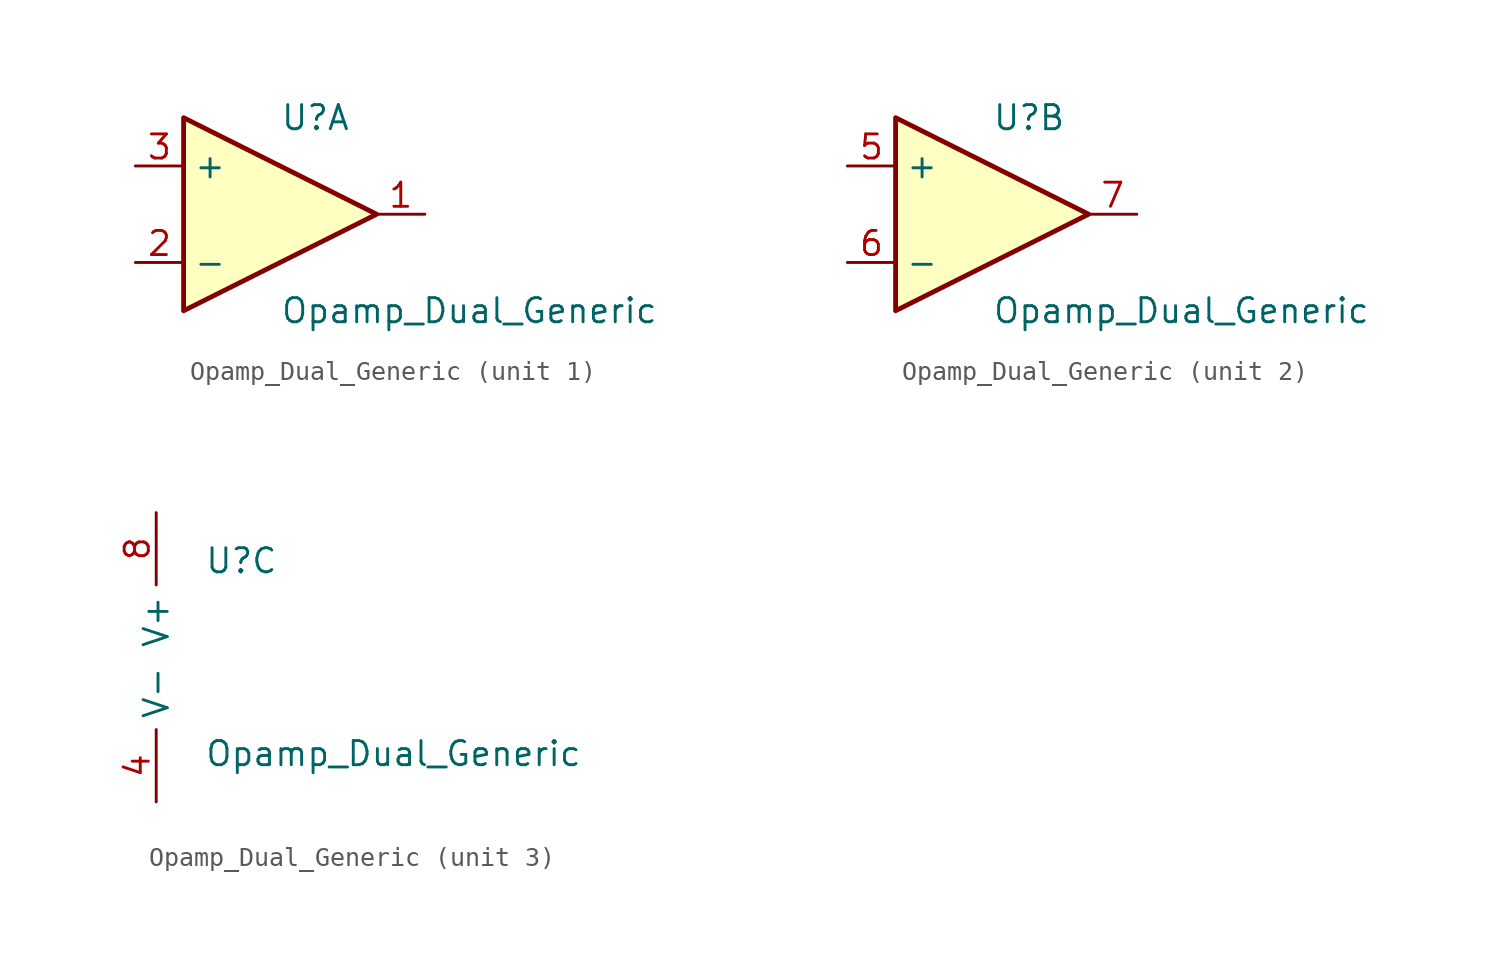
<source format=kicad_sym>
(kicad_symbol_lib
  (version 20241209)
  (generator "kicad_symbol_editor")
  (generator_version "9.0")
  (symbol "Opamp_Dual_Generic"
    (property "Reference" "U"
      (at 0 5.08 0)
      (effects (font (size 1.27 1.27)) (justify left)))
    (property "Value" "Opamp_Dual_Generic"
      (at 0 -5.08 0)
      (effects (font (size 1.27 1.27)) (justify left)))
    (property "ki_locked" ""
      (at 0 0 0)
      (effects (font (size 1.27 1.27))))
    (symbol "Opamp_Dual_Generic_1_1"
      (polyline (pts (xy -5.08 5.08) (xy 5.08 0) (xy -5.08 -5.08) (xy -5.08 5.08)) (stroke (width 0.254) (type solid)) (fill (type background)))
      (pin input line (at -7.62 2.54 0) (length 2.54) (name "+" (effects (font (size 1.27 1.27)))) (number "3" (effects (font (size 1.27 1.27)))))
      (pin input line (at -7.62 -2.54 0) (length 2.54) (name "-" (effects (font (size 1.27 1.27)))) (number "2" (effects (font (size 1.27 1.27)))))
      (pin output line (at 7.62 0 180) (length 2.54) (name "~" (effects (font (size 1.27 1.27)))) (number "1" (effects (font (size 1.27 1.27))))))
    (symbol "Opamp_Dual_Generic_2_1"
      (polyline (pts (xy -5.08 5.08) (xy 5.08 0) (xy -5.08 -5.08) (xy -5.08 5.08)) (stroke (width 0.254) (type solid)) (fill (type background)))
      (pin input line (at -7.62 2.54 0) (length 2.54) (name "+" (effects (font (size 1.27 1.27)))) (number "5" (effects (font (size 1.27 1.27)))))
      (pin input line (at -7.62 -2.54 0) (length 2.54) (name "-" (effects (font (size 1.27 1.27)))) (number "6" (effects (font (size 1.27 1.27)))))
      (pin output line (at 7.62 0 180) (length 2.54) (name "~" (effects (font (size 1.27 1.27)))) (number "7" (effects (font (size 1.27 1.27))))))
    (symbol "Opamp_Dual_Generic_3_1"
      (pin power_in line (at -2.54 7.62 270) (length 3.81) (name "V+" (effects (font (size 1.27 1.27)))) (number "8" (effects (font (size 1.27 1.27)))))
      (pin power_in line (at -2.54 -7.62 90) (length 3.81) (name "V-" (effects (font (size 1.27 1.27)))) (number "4" (effects (font (size 1.27 1.27))))))))
</source>
